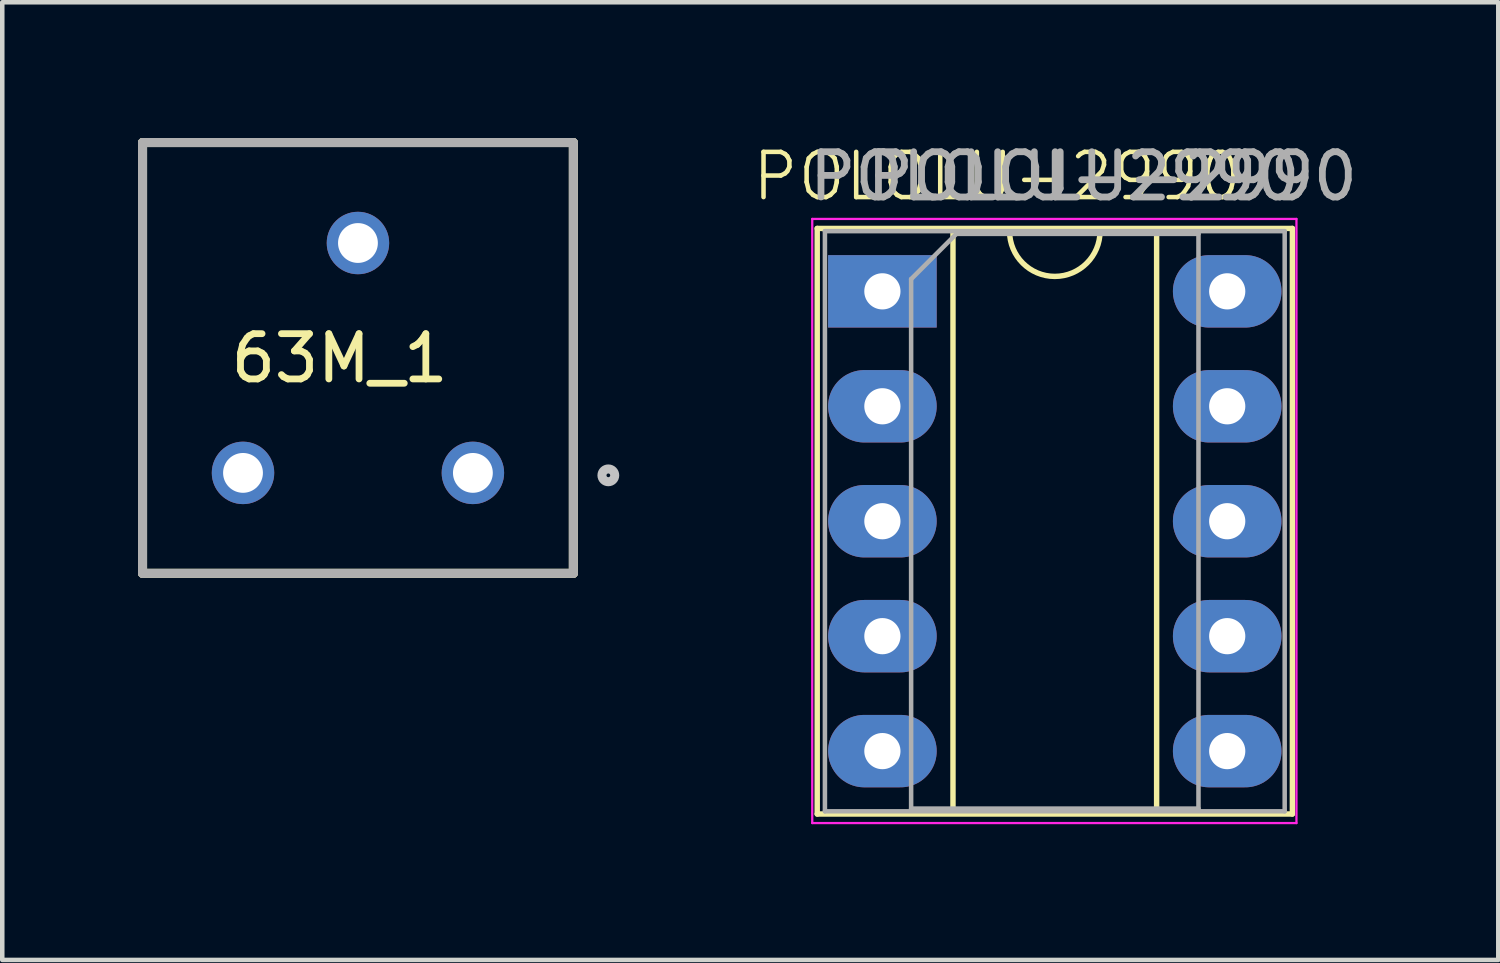
<source format=kicad_pcb>
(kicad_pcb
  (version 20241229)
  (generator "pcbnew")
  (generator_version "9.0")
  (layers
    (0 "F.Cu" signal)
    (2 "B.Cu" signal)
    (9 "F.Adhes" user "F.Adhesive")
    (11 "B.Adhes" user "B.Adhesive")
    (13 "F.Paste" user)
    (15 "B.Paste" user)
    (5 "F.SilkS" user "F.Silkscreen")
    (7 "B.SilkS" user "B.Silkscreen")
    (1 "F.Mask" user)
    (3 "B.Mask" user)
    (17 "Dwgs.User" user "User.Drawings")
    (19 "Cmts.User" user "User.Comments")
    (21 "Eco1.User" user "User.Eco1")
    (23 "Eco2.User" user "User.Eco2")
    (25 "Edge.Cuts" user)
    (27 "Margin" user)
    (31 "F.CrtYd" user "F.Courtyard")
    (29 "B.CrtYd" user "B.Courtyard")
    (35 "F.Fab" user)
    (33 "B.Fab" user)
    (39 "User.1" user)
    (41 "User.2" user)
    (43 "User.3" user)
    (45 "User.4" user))
  (footprint "POLOLU-2990"
    (layer "F.Cu")
    (at 16.449 3.388)
    (property "Reference" "POLOLU-2990" (at 2.54 -2.54 0) (unlocked yes) (layer "F.SilkS") (effects (font (size 1 1) (thickness 0.1))))
    (attr through_hole)
    (fp_line (start -1.44 -1.39) (end -1.44 11.55) (stroke (width 0.12) (type solid)) (layer "F.SilkS"))
    (fp_line (start -1.44 11.55) (end 9.06 11.55) (stroke (width 0.12) (type solid)) (layer "F.SilkS"))
    (fp_line (start 1.56 -1.33) (end 1.56 11.49) (stroke (width 0.12) (type solid)) (layer "F.SilkS"))
    (fp_line (start 1.56 11.49) (end 6.06 11.49) (stroke (width 0.12) (type solid)) (layer "F.SilkS"))
    (fp_line (start 2.81 -1.33) (end 1.56 -1.33) (stroke (width 0.12) (type solid)) (layer "F.SilkS"))
    (fp_line (start 6.06 -1.33) (end 4.81 -1.33) (stroke (width 0.12) (type solid)) (layer "F.SilkS"))
    (fp_line (start 6.06 11.49) (end 6.06 -1.33) (stroke (width 0.12) (type solid)) (layer "F.SilkS"))
    (fp_line (start 9.06 -1.39) (end -1.44 -1.39) (stroke (width 0.12) (type solid)) (layer "F.SilkS"))
    (fp_line (start 9.06 11.55) (end 9.06 -1.39) (stroke (width 0.12) (type solid)) (layer "F.SilkS"))
    (fp_arc (start 4.81 -1.33) (mid 3.81 -0.33) (end 2.81 -1.33) (stroke (width 0.12) (type solid)) (layer "F.SilkS"))
    (fp_line (start -1.55 -1.6) (end -1.55 11.75) (stroke (width 0.05) (type solid)) (layer "F.CrtYd"))
    (fp_line (start -1.55 11.75) (end 9.15 11.75) (stroke (width 0.05) (type solid)) (layer "F.CrtYd"))
    (fp_line (start 9.15 -1.6) (end -1.55 -1.6) (stroke (width 0.05) (type solid)) (layer "F.CrtYd"))
    (fp_line (start 9.15 11.75) (end 9.15 -1.6) (stroke (width 0.05) (type solid)) (layer "F.CrtYd"))
    (fp_line (start -1.27 -1.33) (end -1.27 11.49) (stroke (width 0.1) (type solid)) (layer "F.Fab"))
    (fp_line (start -1.27 11.49) (end 8.89 11.49) (stroke (width 0.1) (type solid)) (layer "F.Fab"))
    (fp_line (start 0.635 -0.27) (end 1.635 -1.27) (stroke (width 0.1) (type solid)) (layer "F.Fab"))
    (fp_line (start 0.635 11.43) (end 0.635 -0.27) (stroke (width 0.1) (type solid)) (layer "F.Fab"))
    (fp_line (start 1.635 -1.27) (end 6.985 -1.27) (stroke (width 0.1) (type solid)) (layer "F.Fab"))
    (fp_line (start 6.985 -1.27) (end 6.985 11.43) (stroke (width 0.1) (type solid)) (layer "F.Fab"))
    (fp_line (start 6.985 11.43) (end 0.635 11.43) (stroke (width 0.1) (type solid)) (layer "F.Fab"))
    (fp_line (start 8.89 -1.33) (end -1.27 -1.33) (stroke (width 0.1) (type solid)) (layer "F.Fab"))
    (fp_line (start 8.89 11.49) (end 8.89 -1.33) (stroke (width 0.1) (type solid)) (layer "F.Fab"))
    (fp_text user "${REFERENCE}" (at 3.81 -2.54 0) (layer "F.Fab") (effects (font (size 1 1) (thickness 0.15))))
    (fp_text user "${REFERENCE}" (at 5.08 -2.54 0) (unlocked yes) (layer "F.Fab") (effects (font (size 1 1) (thickness 0.15))))
    (pad "1" thru_hole rect (at 0 0) (size 2.4 1.6) (drill 0.8) (layers "*.Cu" "*.Mask"))
    (pad "2" thru_hole oval (at 0 2.54) (size 2.4 1.6) (drill 0.8) (layers "*.Cu" "*.Mask"))
    (pad "3" thru_hole oval (at 0 5.08) (size 2.4 1.6) (drill 0.8) (layers "*.Cu" "*.Mask"))
    (pad "4" thru_hole oval (at 0 7.62) (size 2.4 1.6) (drill 0.8) (layers "*.Cu" "*.Mask"))
    (pad "5" thru_hole oval (at 0 10.16) (size 2.4 1.6) (drill 0.8) (layers "*.Cu" "*.Mask"))
    (pad "6" thru_hole oval (at 7.62 10.16) (size 2.4 1.6) (drill 0.8) (layers "*.Cu" "*.Mask"))
    (pad "7" thru_hole oval (at 7.62 7.62) (size 2.4 1.6) (drill 0.8) (layers "*.Cu" "*.Mask"))
    (pad "8" thru_hole oval (at 7.62 5.08) (size 2.4 1.6) (drill 0.8) (layers "*.Cu" "*.Mask"))
    (pad "9" thru_hole oval (at 7.62 2.54) (size 2.4 1.6) (drill 0.8) (layers "*.Cu" "*.Mask"))
    (pad "10" thru_hole oval (at 7.62 0) (size 2.4 1.6) (drill 0.8) (layers "*.Cu" "*.Mask")))
  (footprint "63M_1"
    (layer "F.Cu")
    (at 4.86 4.86)
    (property "Reference" "63M_1" (at -0.405 0.009 0) (layer "F.SilkS") (effects (font (size 1 1) (thickness 0.15))))
    (attr through_hole)
    (fp_line (start -4.76 -4.76) (end 4.76 -4.76) (stroke (width 0.2) (type solid)) (layer "F.SilkS"))
    (fp_line (start -4.76 4.76) (end -4.76 -4.76) (stroke (width 0.2) (type solid)) (layer "F.SilkS"))
    (fp_line (start 4.76 -4.76) (end 4.76 4.76) (stroke (width 0.2) (type solid)) (layer "F.SilkS"))
    (fp_line (start 4.76 4.76) (end -4.76 4.76) (stroke (width 0.2) (type solid)) (layer "F.SilkS"))
    (fp_circle (center 5.533 2.594) (end 5.574 2.594) (stroke (width 0.2) (type solid)) (fill no) (layer "Dwgs.User"))
    (fp_line (start -4.76 -4.76) (end 4.76 -4.76) (stroke (width 0.2) (type solid)) (layer "F.Fab"))
    (fp_line (start -4.76 4.76) (end -4.76 -4.76) (stroke (width 0.2) (type solid)) (layer "F.Fab"))
    (fp_line (start 4.76 -4.76) (end 4.76 4.76) (stroke (width 0.2) (type solid)) (layer "F.Fab"))
    (fp_line (start 4.76 4.76) (end -4.76 4.76) (stroke (width 0.2) (type solid)) (layer "F.Fab"))
    (pad "1" thru_hole circle (at 2.54 2.54) (size 1.38 1.38) (drill 0.88) (layers "*.Cu" "*.Mask"))
    (pad "2" thru_hole circle (at 0 -2.54) (size 1.38 1.38) (drill 0.88) (layers "*.Cu" "*.Mask"))
    (pad "3" thru_hole circle (at -2.54 2.54) (size 1.38 1.38) (drill 0.88) (layers "*.Cu" "*.Mask")))
  (gr_rect
    (start -3 -3)
    (end 30.059 18.163)
    (stroke (width 0.1) (type default))
    (fill no)
    (layer "Edge.Cuts")))
</source>
